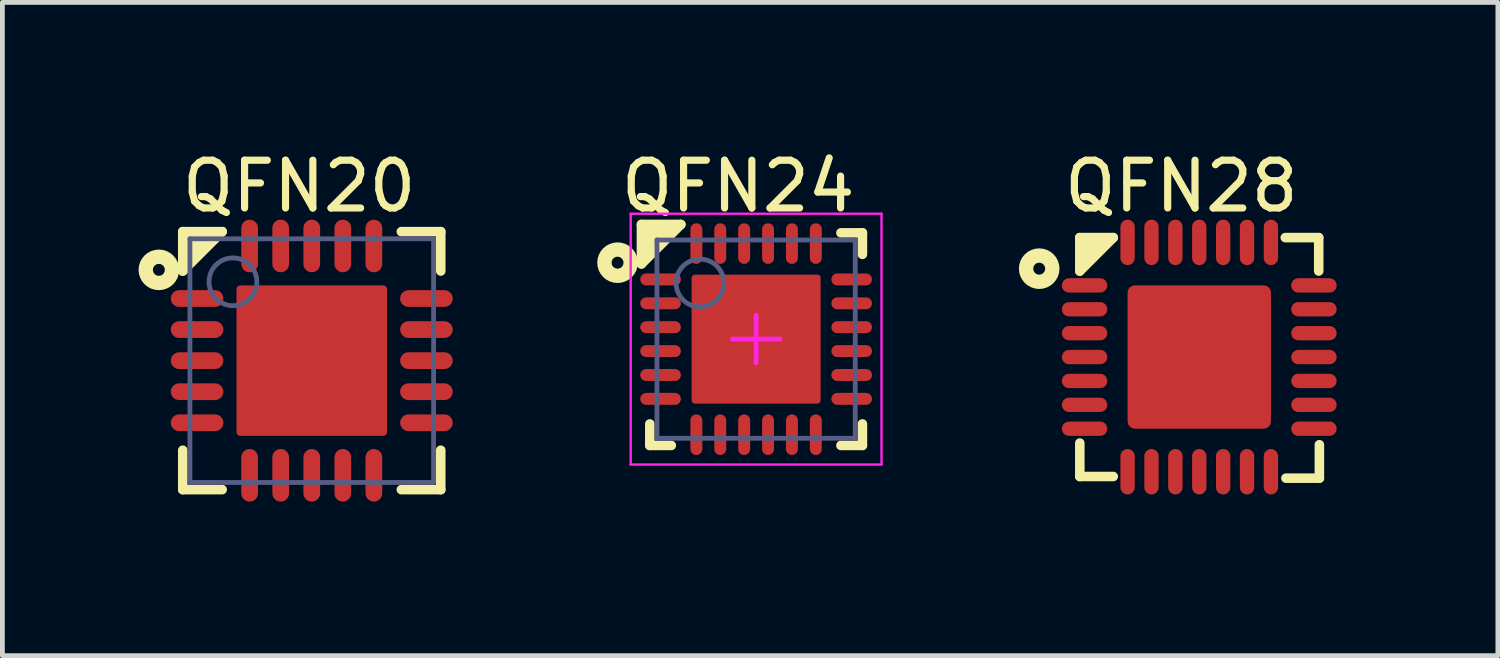
<source format=kicad_pcb>
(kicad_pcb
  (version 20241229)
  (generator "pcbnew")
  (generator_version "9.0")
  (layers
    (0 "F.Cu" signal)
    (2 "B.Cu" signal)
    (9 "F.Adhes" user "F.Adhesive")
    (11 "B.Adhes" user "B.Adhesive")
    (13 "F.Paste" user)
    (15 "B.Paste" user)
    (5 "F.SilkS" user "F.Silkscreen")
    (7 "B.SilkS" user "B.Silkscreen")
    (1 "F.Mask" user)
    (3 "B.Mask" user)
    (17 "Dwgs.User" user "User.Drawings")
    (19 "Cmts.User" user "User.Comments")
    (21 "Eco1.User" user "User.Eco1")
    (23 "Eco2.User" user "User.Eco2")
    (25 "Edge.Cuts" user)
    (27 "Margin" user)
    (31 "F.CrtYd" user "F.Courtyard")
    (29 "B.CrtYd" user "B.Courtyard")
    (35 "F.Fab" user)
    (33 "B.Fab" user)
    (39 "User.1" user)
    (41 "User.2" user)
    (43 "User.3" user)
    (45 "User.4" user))
  (footprint "QFN24"
    (layer "F.Cu")
    (at 12.775 4.048)
    (property "Reference" "QFN24" (at -0.375 -3.2 0) (layer "F.SilkS") (effects (font (size 1 1) (thickness 0.15))))
    (fp_line (start -2.4 -2.4) (end -1.575 -2.4) (stroke (width 0.2) (type solid)) (layer "F.SilkS"))
    (fp_line (start -2.4 -1.575) (end -2.4 -2.4) (stroke (width 0.2) (type solid)) (layer "F.SilkS"))
    (fp_line (start -2.4 -1.575) (end -1.575 -2.4) (stroke (width 0.2) (type solid)) (layer "F.SilkS"))
    (fp_line (start -2.225 -2.225) (end -1.775 -2.225) (stroke (width 0.2) (type solid)) (layer "F.SilkS"))
    (fp_line (start -2.225 -1.775) (end -2.225 -2.225) (stroke (width 0.2) (type solid)) (layer "F.SilkS"))
    (fp_line (start -2.225 2.225) (end -2.225 1.775) (stroke (width 0.2) (type solid)) (layer "F.SilkS"))
    (fp_line (start -2.225 2.225) (end -1.775 2.225) (stroke (width 0.2) (type solid)) (layer "F.SilkS"))
    (fp_line (start 1.775 -2.225) (end 2.225 -2.225) (stroke (width 0.2) (type solid)) (layer "F.SilkS"))
    (fp_line (start 1.775 2.225) (end 2.225 2.225) (stroke (width 0.2) (type solid)) (layer "F.SilkS"))
    (fp_line (start 2.225 -1.775) (end 2.225 -2.225) (stroke (width 0.2) (type solid)) (layer "F.SilkS"))
    (fp_line (start 2.225 2.225) (end 2.225 1.775) (stroke (width 0.2) (type solid)) (layer "F.SilkS"))
    (fp_circle (center -2.9 -1.6) (end -2.9 -1.725) (stroke (width 0.3) (type solid)) (fill no) (layer "F.SilkS"))
    (fp_poly (pts (xy -1.506 -2.4) (xy -2.4 -1.506) (xy -2.4 -2.4)) (stroke (width 0) (type default)) (fill yes) (layer "F.SilkS"))
    (fp_line (start -2.625 -2.625) (end 2.625 -2.625) (stroke (width 0.05) (type solid)) (layer "F.CrtYd"))
    (fp_line (start -2.625 2.625) (end -2.625 -2.625) (stroke (width 0.05) (type solid)) (layer "F.CrtYd"))
    (fp_line (start -2.625 2.625) (end 2.625 2.625) (stroke (width 0.05) (type solid)) (layer "F.CrtYd"))
    (fp_line (start -0.5 0) (end 0.5 0) (stroke (width 0.1) (type solid)) (layer "F.CrtYd"))
    (fp_line (start 0 0.5) (end 0 -0.5) (stroke (width 0.1) (type solid)) (layer "F.CrtYd"))
    (fp_line (start 2.625 2.625) (end 2.625 -2.625) (stroke (width 0.05) (type solid)) (layer "F.CrtYd"))
    (fp_line (start -2.075 -2.075) (end 2.075 -2.075) (stroke (width 0.1) (type solid)) (layer "B.Fab"))
    (fp_line (start -2.075 2.075) (end -2.075 -2.075) (stroke (width 0.1) (type solid)) (layer "B.Fab"))
    (fp_line (start -2.075 2.075) (end 2.075 2.075) (stroke (width 0.1) (type solid)) (layer "B.Fab"))
    (fp_line (start 2.075 2.075) (end 2.075 -2.075) (stroke (width 0.1) (type solid)) (layer "B.Fab"))
    (fp_circle (center -1.175 -1.175) (end -1.175 -1.675) (stroke (width 0.1) (type solid)) (fill no) (layer "B.Fab"))
    (pad "1" smd oval (at -2 -1.25 90) (size 0.25 0.85) (layers "F.Cu" "F.Mask" "F.Paste"))
    (pad "2" smd oval (at -2 -0.75 90) (size 0.25 0.85) (layers "F.Cu" "F.Mask" "F.Paste"))
    (pad "3" smd oval (at -2 -0.25 90) (size 0.25 0.85) (layers "F.Cu" "F.Mask" "F.Paste"))
    (pad "4" smd oval (at -2 0.25 90) (size 0.25 0.85) (layers "F.Cu" "F.Mask" "F.Paste"))
    (pad "5" smd oval (at -2 0.75 90) (size 0.25 0.85) (layers "F.Cu" "F.Mask" "F.Paste"))
    (pad "6" smd oval (at -2 1.25 90) (size 0.25 0.85) (layers "F.Cu" "F.Mask" "F.Paste"))
    (pad "7" smd oval (at -1.25 2) (size 0.25 0.85) (layers "F.Cu" "F.Mask" "F.Paste"))
    (pad "8" smd oval (at -0.75 2) (size 0.25 0.85) (layers "F.Cu" "F.Mask" "F.Paste"))
    (pad "9" smd oval (at -0.25 2) (size 0.25 0.85) (layers "F.Cu" "F.Mask" "F.Paste"))
    (pad "10" smd oval (at 0.25 2) (size 0.25 0.85) (layers "F.Cu" "F.Mask" "F.Paste"))
    (pad "11" smd oval (at 0.75 2) (size 0.25 0.85) (layers "F.Cu" "F.Mask" "F.Paste"))
    (pad "12" smd oval (at 1.25 2) (size 0.25 0.85) (layers "F.Cu" "F.Mask" "F.Paste"))
    (pad "13" smd oval (at 2 1.25 90) (size 0.25 0.85) (layers "F.Cu" "F.Mask" "F.Paste"))
    (pad "14" smd oval (at 2 0.75 90) (size 0.25 0.85) (layers "F.Cu" "F.Mask" "F.Paste"))
    (pad "15" smd oval (at 2 0.25 90) (size 0.25 0.85) (layers "F.Cu" "F.Mask" "F.Paste"))
    (pad "16" smd oval (at 2 -0.25 90) (size 0.25 0.85) (layers "F.Cu" "F.Mask" "F.Paste"))
    (pad "17" smd oval (at 2 -0.75 90) (size 0.25 0.85) (layers "F.Cu" "F.Mask" "F.Paste"))
    (pad "18" smd oval (at 2 -1.25 90) (size 0.25 0.85) (layers "F.Cu" "F.Mask" "F.Paste"))
    (pad "19" smd oval (at 1.25 -2) (size 0.25 0.85) (layers "F.Cu" "F.Mask" "F.Paste"))
    (pad "20" smd oval (at 0.75 -2) (size 0.25 0.85) (layers "F.Cu" "F.Mask" "F.Paste"))
    (pad "21" smd oval (at 0.25 -2) (size 0.25 0.85) (layers "F.Cu" "F.Mask" "F.Paste"))
    (pad "22" smd oval (at -0.25 -2) (size 0.25 0.85) (layers "F.Cu" "F.Mask" "F.Paste"))
    (pad "23" smd oval (at -0.75 -2) (size 0.25 0.85) (layers "F.Cu" "F.Mask" "F.Paste"))
    (pad "24" smd oval (at -1.25 -2) (size 0.25 0.85) (layers "F.Cu" "F.Mask" "F.Paste"))
    (pad "25" smd roundrect (at 0 0) (size 2.7 2.7) (layers "F.Cu" "F.Mask" "F.Paste") (roundrect_rratio 0.025)))
  (footprint "QFN28"
    (layer "F.Cu")
    (at 22.05 4.423)
    (property "Reference" "QFN28" (at -0.375 -3.575 0) (layer "F.SilkS") (effects (font (size 1 1) (thickness 0.15))))
    (fp_line (start -2.5 -2.5) (end -1.8 -2.5) (stroke (width 0.2) (type solid)) (layer "F.SilkS"))
    (fp_line (start -2.5 -1.8) (end -2.5 -2.5) (stroke (width 0.2) (type solid)) (layer "F.SilkS"))
    (fp_line (start -2.5 -1.8) (end -1.8 -2.5) (stroke (width 0.2) (type solid)) (layer "F.SilkS"))
    (fp_line (start -2.5 2.5) (end -2.5 1.8) (stroke (width 0.2) (type solid)) (layer "F.SilkS"))
    (fp_line (start -2.5 2.5) (end -1.8 2.5) (stroke (width 0.2) (type solid)) (layer "F.SilkS"))
    (fp_line (start 1.8 -2.5) (end 2.5 -2.5) (stroke (width 0.2) (type solid)) (layer "F.SilkS"))
    (fp_line (start 1.814 2.535) (end 2.514 2.535) (stroke (width 0.2) (type solid)) (layer "F.SilkS"))
    (fp_line (start 2.5 -1.8) (end 2.5 -2.5) (stroke (width 0.2) (type solid)) (layer "F.SilkS"))
    (fp_line (start 2.514 2.535) (end 2.514 1.835) (stroke (width 0.2) (type solid)) (layer "F.SilkS"))
    (fp_circle (center -3.35 -1.85) (end -3.35 -1.975) (stroke (width 0.3) (type solid)) (fill no) (layer "F.SilkS"))
    (fp_poly (pts (xy -2.5 -2.5) (xy -1.8 -2.5) (xy -2.5 -1.8)) (stroke (width 0) (type default)) (fill yes) (layer "F.SilkS"))
    (fp_line (start -3.2 -3.2) (end 3.2 -3.2) (stroke (width 0.1) (type solid)) (layer "Eco2.User"))
    (fp_line (start -3.2 3.2) (end -3.2 -3.2) (stroke (width 0.1) (type solid)) (layer "Eco2.User"))
    (fp_line (start -3.2 3.2) (end 3.2 3.2) (stroke (width 0.1) (type solid)) (layer "Eco2.User"))
    (fp_line (start 3.2 3.2) (end 3.2 -3.2) (stroke (width 0.1) (type solid)) (layer "Eco2.User"))
    (pad "1" smd oval (at -2.4 -1.5 90) (size 0.3 0.95) (layers "F.Cu" "F.Mask" "F.Paste"))
    (pad "2" smd oval (at -2.4 -1 90) (size 0.3 0.95) (layers "F.Cu" "F.Mask" "F.Paste"))
    (pad "3" smd oval (at -2.4 -0.5 90) (size 0.3 0.95) (layers "F.Cu" "F.Mask" "F.Paste"))
    (pad "4" smd oval (at -2.4 0 90) (size 0.3 0.95) (layers "F.Cu" "F.Mask" "F.Paste"))
    (pad "5" smd oval (at -2.4 0.5 90) (size 0.3 0.95) (layers "F.Cu" "F.Mask" "F.Paste"))
    (pad "6" smd oval (at -2.4 1 90) (size 0.3 0.95) (layers "F.Cu" "F.Mask" "F.Paste"))
    (pad "7" smd oval (at -2.4 1.5 90) (size 0.3 0.95) (layers "F.Cu" "F.Mask" "F.Paste"))
    (pad "8" smd oval (at -1.5 2.4) (size 0.3 0.95) (layers "F.Cu" "F.Mask" "F.Paste"))
    (pad "9" smd oval (at -1 2.4) (size 0.3 0.95) (layers "F.Cu" "F.Mask" "F.Paste"))
    (pad "10" smd oval (at -0.5 2.4) (size 0.3 0.95) (layers "F.Cu" "F.Mask" "F.Paste"))
    (pad "11" smd oval (at 0 2.4) (size 0.3 0.95) (layers "F.Cu" "F.Mask" "F.Paste"))
    (pad "12" smd oval (at 0.5 2.4) (size 0.3 0.95) (layers "F.Cu" "F.Mask" "F.Paste"))
    (pad "13" smd oval (at 1 2.4) (size 0.3 0.95) (layers "F.Cu" "F.Mask" "F.Paste"))
    (pad "14" smd oval (at 1.5 2.4) (size 0.3 0.95) (layers "F.Cu" "F.Mask" "F.Paste"))
    (pad "15" smd oval (at 2.4 1.5 90) (size 0.3 0.95) (layers "F.Cu" "F.Mask" "F.Paste"))
    (pad "16" smd oval (at 2.4 1 90) (size 0.3 0.95) (layers "F.Cu" "F.Mask" "F.Paste"))
    (pad "17" smd oval (at 2.4 0.5 90) (size 0.3 0.95) (layers "F.Cu" "F.Mask" "F.Paste"))
    (pad "18" smd oval (at 2.4 0 90) (size 0.3 0.95) (layers "F.Cu" "F.Mask" "F.Paste"))
    (pad "19" smd oval (at 2.4 -0.5 90) (size 0.3 0.95) (layers "F.Cu" "F.Mask" "F.Paste"))
    (pad "20" smd oval (at 2.4 -1 90) (size 0.3 0.95) (layers "F.Cu" "F.Mask" "F.Paste"))
    (pad "21" smd oval (at 2.4 -1.5 90) (size 0.3 0.95) (layers "F.Cu" "F.Mask" "F.Paste"))
    (pad "22" smd oval (at 1.5 -2.4) (size 0.3 0.95) (layers "F.Cu" "F.Mask" "F.Paste"))
    (pad "23" smd oval (at 1 -2.4) (size 0.3 0.95) (layers "F.Cu" "F.Mask" "F.Paste"))
    (pad "24" smd oval (at 0.5 -2.4) (size 0.3 0.95) (layers "F.Cu" "F.Mask" "F.Paste"))
    (pad "25" smd oval (at 0 -2.4) (size 0.3 0.95) (layers "F.Cu" "F.Mask" "F.Paste"))
    (pad "26" smd oval (at -0.5 -2.4) (size 0.3 0.95) (layers "F.Cu" "F.Mask" "F.Paste"))
    (pad "27" smd oval (at -1 -2.4) (size 0.3 0.95) (layers "F.Cu" "F.Mask" "F.Paste"))
    (pad "28" smd oval (at -1.5 -2.4) (size 0.3 0.95) (layers "F.Cu" "F.Mask" "F.Paste"))
    (pad "29" smd roundrect (at 0 -0.00001) (size 3 3) (layers "F.Cu" "F.Mask" "F.Paste") (roundrect_rratio 0.05)))
  (footprint "QFN20"
    (layer "F.Cu")
    (at 3.475 4.498)
    (property "Reference" "QFN20" (at -0.263 -3.65 0) (layer "F.SilkS") (effects (font (size 1 1) (thickness 0.15))))
    (fp_line (start -2.7 -2.7) (end -1.875 -2.7) (stroke (width 0.2) (type solid)) (layer "F.SilkS"))
    (fp_line (start -2.7 -1.875) (end -2.7 -2.7) (stroke (width 0.2) (type solid)) (layer "F.SilkS"))
    (fp_line (start -2.7 -1.875) (end -1.875 -2.7) (stroke (width 0.2) (type solid)) (layer "F.SilkS"))
    (fp_line (start -2.7 2.7) (end -2.7 1.875) (stroke (width 0.2) (type solid)) (layer "F.SilkS"))
    (fp_line (start -2.7 2.7) (end -1.875 2.7) (stroke (width 0.2) (type solid)) (layer "F.SilkS"))
    (fp_line (start 1.875 -2.7) (end 2.7 -2.7) (stroke (width 0.2) (type solid)) (layer "F.SilkS"))
    (fp_line (start 1.875 2.7) (end 2.7 2.7) (stroke (width 0.2) (type solid)) (layer "F.SilkS"))
    (fp_line (start 2.7 -1.875) (end 2.7 -2.7) (stroke (width 0.2) (type solid)) (layer "F.SilkS"))
    (fp_line (start 2.7 2.7) (end 2.7 1.875) (stroke (width 0.2) (type solid)) (layer "F.SilkS"))
    (fp_circle (center -3.2 -1.9) (end -3.2 -2.025) (stroke (width 0.3) (type solid)) (fill no) (layer "F.SilkS"))
    (fp_poly (pts (xy -1.806 -2.7) (xy -2.7 -1.806) (xy -2.7 -2.7)) (stroke (width 0) (type default)) (fill yes) (layer "F.SilkS"))
    (fp_line (start -3.1 -3.1) (end 3.1 -3.1) (stroke (width 0.05) (type solid)) (layer "Eco2.User"))
    (fp_line (start -3.1 3.1) (end -3.1 -3.1) (stroke (width 0.05) (type solid)) (layer "Eco2.User"))
    (fp_line (start -3.1 3.1) (end 3.1 3.1) (stroke (width 0.05) (type solid)) (layer "Eco2.User"))
    (fp_line (start -0.5 0) (end 0.5 0) (stroke (width 0.1) (type solid)) (layer "Eco2.User"))
    (fp_line (start 0 0.5) (end 0 -0.5) (stroke (width 0.1) (type solid)) (layer "Eco2.User"))
    (fp_line (start 3.1 3.1) (end 3.1 -3.1) (stroke (width 0.05) (type solid)) (layer "Eco2.User"))
    (fp_line (start -2.55 -2.55) (end 2.55 -2.55) (stroke (width 0.1) (type solid)) (layer "B.Fab"))
    (fp_line (start -2.55 2.55) (end -2.55 -2.55) (stroke (width 0.1) (type solid)) (layer "B.Fab"))
    (fp_line (start -2.55 2.55) (end 2.55 2.55) (stroke (width 0.1) (type solid)) (layer "B.Fab"))
    (fp_line (start 2.55 2.55) (end 2.55 -2.55) (stroke (width 0.1) (type solid)) (layer "B.Fab"))
    (fp_circle (center -1.65 -1.65) (end -1.65 -2.15) (stroke (width 0.1) (type solid)) (fill no) (layer "B.Fab"))
    (pad "1" smd oval (at -2.4 -1.3 90) (size 0.35 1.1) (layers "F.Cu" "F.Mask" "F.Paste"))
    (pad "2" smd oval (at -2.4 -0.65 90) (size 0.35 1.1) (layers "F.Cu" "F.Mask" "F.Paste"))
    (pad "3" smd oval (at -2.4 0 90) (size 0.35 1.1) (layers "F.Cu" "F.Mask" "F.Paste"))
    (pad "4" smd oval (at -2.4 0.65 90) (size 0.35 1.1) (layers "F.Cu" "F.Mask" "F.Paste"))
    (pad "5" smd oval (at -2.4 1.3 90) (size 0.35 1.1) (layers "F.Cu" "F.Mask" "F.Paste"))
    (pad "6" smd oval (at -1.3 2.4) (size 0.35 1.1) (layers "F.Cu" "F.Mask" "F.Paste"))
    (pad "7" smd oval (at -0.65 2.4) (size 0.35 1.1) (layers "F.Cu" "F.Mask" "F.Paste"))
    (pad "8" smd oval (at 0 2.4) (size 0.35 1.1) (layers "F.Cu" "F.Mask" "F.Paste"))
    (pad "9" smd oval (at 0.65 2.4) (size 0.35 1.1) (layers "F.Cu" "F.Mask" "F.Paste"))
    (pad "10" smd oval (at 1.3 2.4) (size 0.35 1.1) (layers "F.Cu" "F.Mask" "F.Paste"))
    (pad "11" smd oval (at 2.4 1.3 90) (size 0.35 1.1) (layers "F.Cu" "F.Mask" "F.Paste"))
    (pad "12" smd oval (at 2.4 0.65 90) (size 0.35 1.1) (layers "F.Cu" "F.Mask" "F.Paste"))
    (pad "13" smd oval (at 2.4 0 90) (size 0.35 1.1) (layers "F.Cu" "F.Mask" "F.Paste"))
    (pad "14" smd oval (at 2.4 -0.65 90) (size 0.35 1.1) (layers "F.Cu" "F.Mask" "F.Paste"))
    (pad "15" smd oval (at 2.4 -1.3 90) (size 0.35 1.1) (layers "F.Cu" "F.Mask" "F.Paste"))
    (pad "16" smd oval (at 1.3 -2.4) (size 0.35 1.1) (layers "F.Cu" "F.Mask" "F.Paste"))
    (pad "17" smd oval (at 0.65 -2.4) (size 0.35 1.1) (layers "F.Cu" "F.Mask" "F.Paste"))
    (pad "18" smd oval (at 0 -2.4) (size 0.35 1.1) (layers "F.Cu" "F.Mask" "F.Paste"))
    (pad "19" smd oval (at -0.65 -2.4) (size 0.35 1.1) (layers "F.Cu" "F.Mask" "F.Paste"))
    (pad "20" smd oval (at -1.3 -2.4) (size 0.35 1.1) (layers "F.Cu" "F.Mask" "F.Paste"))
    (pad "21" smd roundrect (at 0 0) (size 3.15 3.15) (layers "F.Cu" "F.Mask" "F.Paste") (roundrect_rratio 0.025)))
  (gr_rect
    (start -3 -3)
    (end 28.3 10.673)
    (stroke (width 0.1) (type default))
    (fill no)
    (layer "Edge.Cuts")))
</source>
